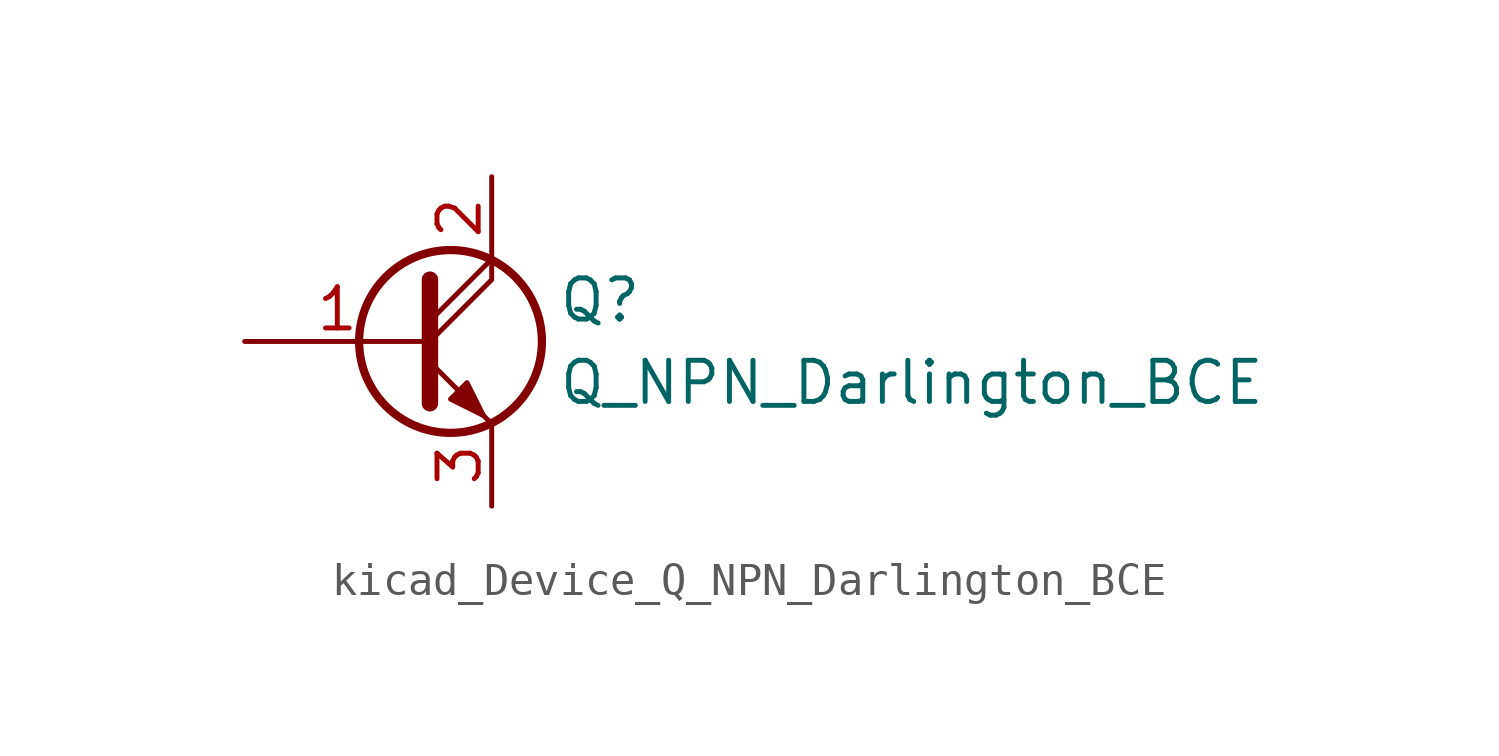
<source format=kicad_sym>
(kicad_symbol_lib
  (version 20220914)
  (generator kicad_symbol_editor)
  (symbol "kicad_Device_Q_NPN_Darlington_BCE"
    (pin_names
      (offset 0) hide)
    (property "Reference" "Q"
      (at 4.572 1.27 0)
      (effects (font (size 1.27 1.27)) (justify left)))
    (property "Value" "Q_NPN_Darlington_BCE"
      (at 4.572 -1.27 0)
      (effects (font (size 1.27 1.27)) (justify left)))
    (symbol "kicad_Device_Q_NPN_Darlington_BCE_0_1"
      (polyline (pts (xy 0.635 0.635) (xy 2.54 2.54)) (stroke (width 0) (type default)) (fill (type none)))
      (polyline (pts (xy 0.635 -0.635) (xy 2.54 -2.54) (xy 2.54 -2.54)) (stroke (width 0) (type default)) (fill (type none)))
      (polyline (pts (xy 0.635 0) (xy 2.54 1.905) (xy 2.54 2.54)) (stroke (width 0) (type default)) (fill (type none)))
      (polyline (pts (xy 0.635 1.905) (xy 0.635 -1.905) (xy 0.635 -1.905)) (stroke (width 0.508) (type default)) (fill (type none)))
      (polyline (pts (xy 1.27 -1.778) (xy 1.778 -1.27) (xy 2.286 -2.286) (xy 1.27 -1.778) (xy 1.27 -1.778)) (stroke (width 0) (type default)) (fill (type outline)))
      (circle (center 1.27 0) (radius 2.819) (stroke (width 0.254) (type default)) (fill (type none))))
    (symbol "kicad_Device_Q_NPN_Darlington_BCE_1_1"
      (pin input line (at -5.08 0 0) (length 5.715) (name "B" (effects (font (size 1.27 1.27)))) (number "1" (effects (font (size 1.27 1.27)))))
      (pin passive line (at 2.54 5.08 270) (length 2.54) (name "C" (effects (font (size 1.27 1.27)))) (number "2" (effects (font (size 1.27 1.27)))))
      (pin passive line (at 2.54 -5.08 90) (length 2.54) (name "E" (effects (font (size 1.27 1.27)))) (number "3" (effects (font (size 1.27 1.27))))))))
</source>
